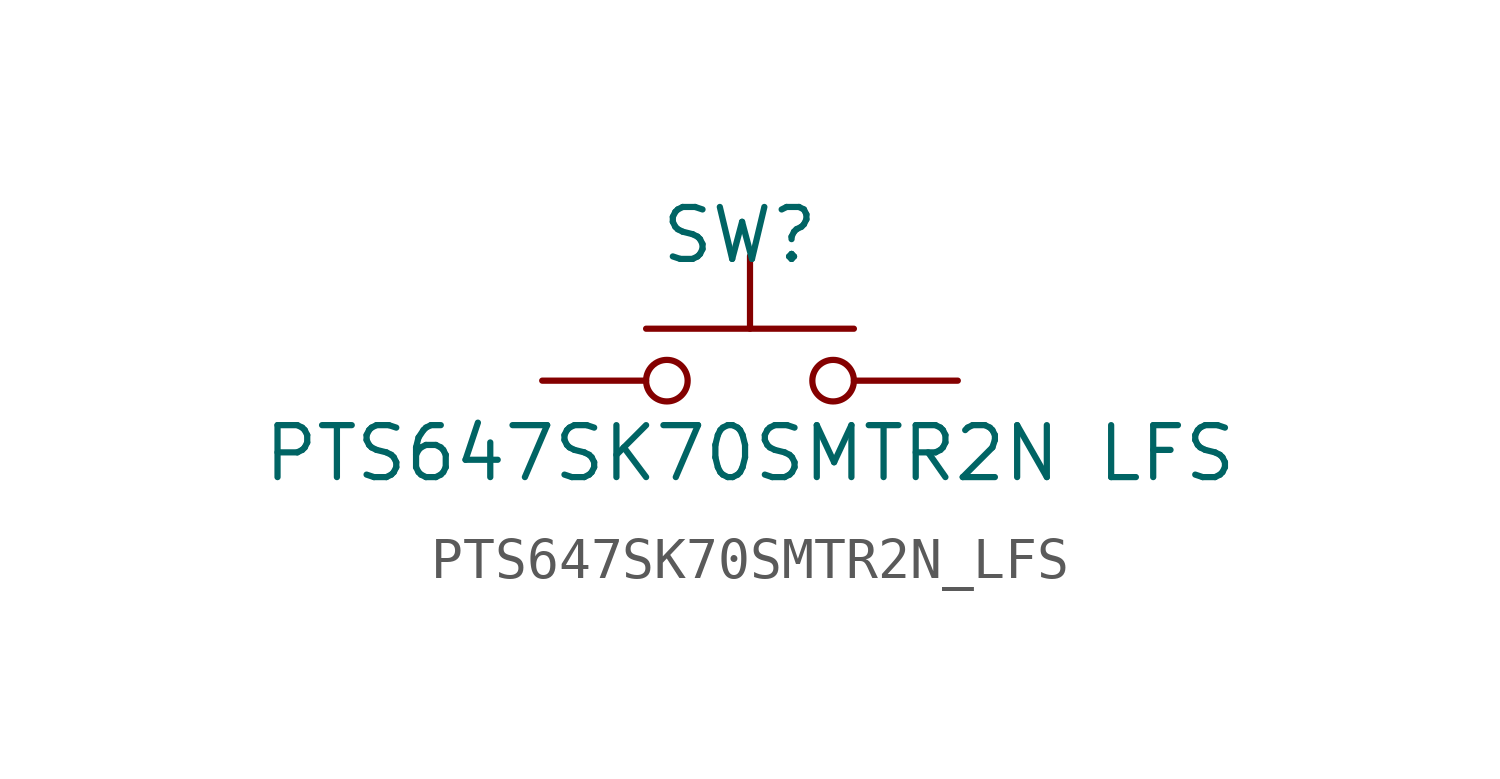
<source format=kicad_sym>
(kicad_symbol_lib
  (version 20241209)
  (generator "kicad_symbol_editor")
  (generator_version "9.0")
  (symbol "PTS647SK70SMTR2N_LFS"
    (pin_numbers
      (hide yes))
    (pin_names
      (hide yes))
    (property "Reference" "SW"
      (at -0.254 3.556 0)
      (effects (font (size 1.27 1.27))))
    (property "Value" "PTS647SK70SMTR2N LFS"
      (at 0 -1.778 0)
      (effects (font (size 1.27 1.27))))
    (symbol "PTS647SK70SMTR2N_LFS_0_1"
      (circle (center -2.032 0) (radius 0.508) (stroke (width 0) (type default)) (fill (type none)))
      (polyline (pts (xy 0 1.27) (xy 0 3.048)) (stroke (width 0) (type default)) (fill (type none)))
      (circle (center 2.032 0) (radius 0.508) (stroke (width 0) (type default)) (fill (type none)))
      (polyline (pts (xy 2.54 1.27) (xy -2.54 1.27)) (stroke (width 0) (type default)) (fill (type none)))
      (pin passive line (at -5.08 0 0) (length 2.54) (name "1" (effects (font (size 1.27 1.27)))) (number "1" (effects (font (size 1.27 1.27))))))
    (symbol "PTS647SK70SMTR2N_LFS_1_1"
      (pin passive line (at -5.08 0 0) (length 2.54) (hide yes) (name "2" (effects (font (size 1.27 1.27)))) (number "2" (effects (font (size 1.27 1.27)))))
      (pin passive line (at 5.08 0 180) (length 2.54) (name "3" (effects (font (size 1.27 1.27)))) (number "3" (effects (font (size 1.27 1.27)))))
      (pin passive line (at 5.08 0 180) (length 2.54) (hide yes) (name "4" (effects (font (size 1.27 1.27)))) (number "4" (effects (font (size 1.27 1.27))))))))
</source>
